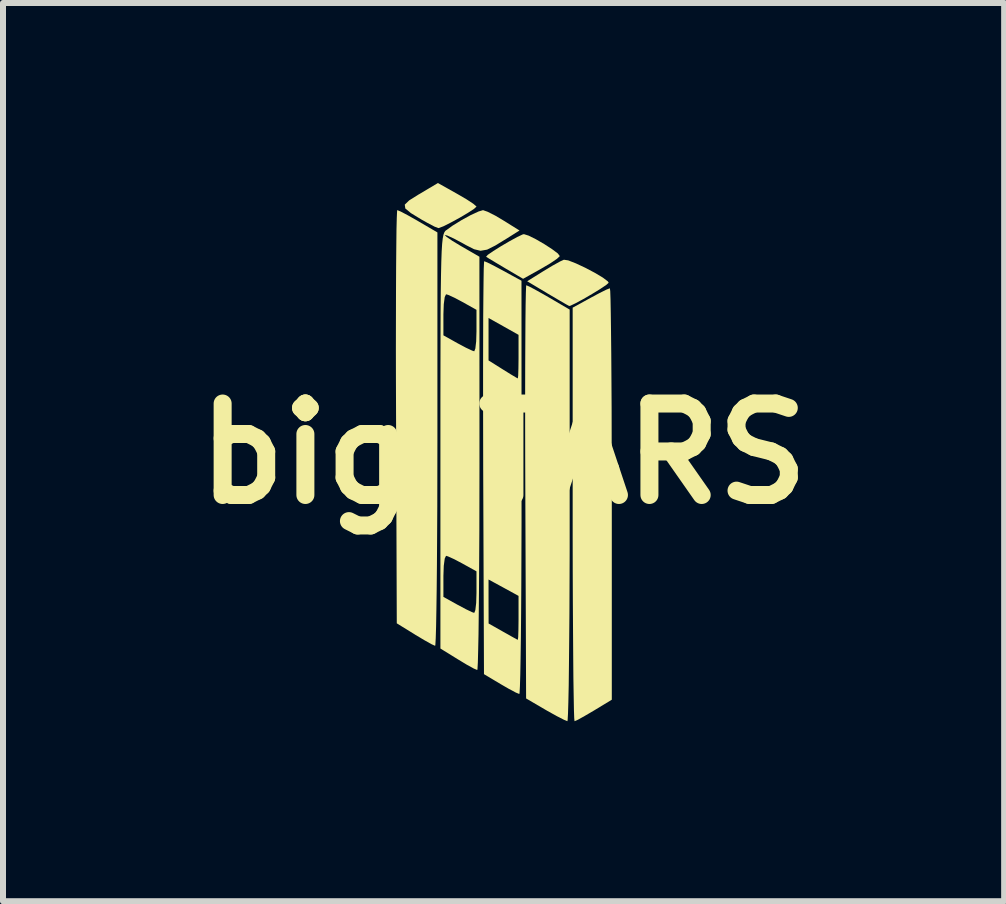
<source format=kicad_pcb>
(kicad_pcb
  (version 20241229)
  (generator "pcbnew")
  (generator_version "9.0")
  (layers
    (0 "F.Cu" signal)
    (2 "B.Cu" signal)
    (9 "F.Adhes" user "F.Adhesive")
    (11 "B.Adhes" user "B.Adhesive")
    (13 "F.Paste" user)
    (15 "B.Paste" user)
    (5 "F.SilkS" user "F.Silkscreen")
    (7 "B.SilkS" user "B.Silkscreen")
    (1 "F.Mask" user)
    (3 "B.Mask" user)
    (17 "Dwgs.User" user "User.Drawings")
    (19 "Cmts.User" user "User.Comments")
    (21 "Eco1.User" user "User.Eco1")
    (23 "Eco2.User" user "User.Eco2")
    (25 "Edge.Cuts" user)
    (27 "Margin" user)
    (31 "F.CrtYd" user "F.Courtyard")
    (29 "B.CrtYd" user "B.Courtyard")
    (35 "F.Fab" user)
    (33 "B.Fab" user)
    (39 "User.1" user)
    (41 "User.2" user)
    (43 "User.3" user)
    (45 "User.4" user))
  (footprint "big TARS"
    (layer "F.Cu")
    (at 5.341 4.509)
    (property "Reference" "big TARS" (at 0 0 0) (layer "F.SilkS") (effects (font (size 1.524 1.524) (thickness 0.3))))
    (attr board_only exclude_from_pos_files exclude_from_bom)
    (fp_poly (pts (xy -0.773 -4.329) (xy -0.617 -4.238) (xy -0.503 -4.163) (xy -0.452 -4.119) (xy -0.451 -4.116) (xy -0.492 -4.078) (xy -0.595 -4.011) (xy -0.732 -3.93) (xy -0.877 -3.851) (xy -1.002 -3.788) (xy -1.08 -3.759) (xy -1.086 -3.758) (xy -1.149 -3.782) (xy -1.267 -3.844) (xy -1.367 -3.9) (xy -1.544 -4.008) (xy -1.637 -4.085) (xy -1.646 -4.149) (xy -1.572 -4.22) (xy -1.419 -4.316) (xy -1.401 -4.326) (xy -1.094 -4.509)) (stroke (width 0) (type solid)) (fill yes) (layer "F.SilkS"))
    (fp_poly (pts (xy 1.078 -3.22) (xy 1.206 -3.17) (xy 1.362 -3.097) (xy 1.521 -3.013) (xy 1.655 -2.933) (xy 1.738 -2.87) (xy 1.752 -2.847) (xy 1.713 -2.812) (xy 1.612 -2.744) (xy 1.475 -2.66) (xy 1.329 -2.575) (xy 1.199 -2.505) (xy 1.113 -2.464) (xy 1.094 -2.46) (xy 1.046 -2.486) (xy 0.934 -2.551) (xy 0.779 -2.642) (xy 0.735 -2.668) (xy 0.394 -2.872) (xy 0.66 -3.038) (xy 0.814 -3.131) (xy 0.942 -3.202) (xy 1.006 -3.231)) (stroke (width 0) (type solid)) (fill yes) (layer "F.SilkS"))
    (fp_poly (pts (xy 0.417 -3.633) (xy 0.538 -3.573) (xy 0.678 -3.492) (xy 0.809 -3.407) (xy 0.905 -3.335) (xy 0.938 -3.291) (xy 0.938 -3.291) (xy 0.89 -3.246) (xy 0.778 -3.17) (xy 0.625 -3.08) (xy 0.625 -3.08) (xy 0.326 -2.913) (xy 0.025 -3.09) (xy -0.126 -3.18) (xy -0.239 -3.248) (xy -0.291 -3.281) (xy -0.291 -3.281) (xy -0.262 -3.313) (xy -0.17 -3.376) (xy -0.041 -3.457) (xy 0.101 -3.54) (xy 0.229 -3.61) (xy 0.318 -3.652) (xy 0.34 -3.657)) (stroke (width 0) (type solid)) (fill yes) (layer "F.SilkS"))
    (fp_poly (pts (xy 1.778 -2.707) (xy 1.783 -2.566) (xy 1.787 -2.341) (xy 1.791 -2.04) (xy 1.795 -1.672) (xy 1.798 -1.244) (xy 1.801 -0.764) (xy 1.802 -0.241) (xy 1.803 0.317) (xy 1.804 0.673) (xy 1.804 4.101) (xy 1.509 4.28) (xy 1.357 4.369) (xy 1.241 4.434) (xy 1.184 4.459) (xy 1.183 4.459) (xy 1.178 4.41) (xy 1.173 4.269) (xy 1.169 4.044) (xy 1.164 3.743) (xy 1.161 3.375) (xy 1.158 2.946) (xy 1.155 2.466) (xy 1.153 1.943) (xy 1.152 1.384) (xy 1.152 1.014) (xy 1.152 -2.432) (xy 1.447 -2.594) (xy 1.6 -2.676) (xy 1.717 -2.734) (xy 1.772 -2.755)) (stroke (width 0) (type solid)) (fill yes) (layer "F.SilkS"))
    (fp_poly (pts (xy -1.714 -4.034) (xy -1.596 -3.972) (xy -1.44 -3.884) (xy -1.42 -3.872) (xy -1.102 -3.686) (xy -1.102 -0.24) (xy -1.103 0.337) (xy -1.104 0.884) (xy -1.107 1.393) (xy -1.11 1.855) (xy -1.114 2.262) (xy -1.119 2.607) (xy -1.124 2.881) (xy -1.13 3.076) (xy -1.136 3.184) (xy -1.14 3.203) (xy -1.198 3.177) (xy -1.316 3.111) (xy -1.469 3.02) (xy -1.478 3.014) (xy -1.779 2.828) (xy -1.791 -0.615) (xy -1.793 -1.192) (xy -1.794 -1.739) (xy -1.793 -2.248) (xy -1.792 -2.71) (xy -1.79 -3.117) (xy -1.787 -3.462) (xy -1.784 -3.735) (xy -1.779 -3.93) (xy -1.774 -4.038) (xy -1.771 -4.058)) (stroke (width 0) (type solid)) (fill yes) (layer "F.SilkS"))
    (fp_poly (pts (xy 0.433 -2.782) (xy 0.551 -2.719) (xy 0.709 -2.63) (xy 0.755 -2.603) (xy 1.102 -2.4) (xy 1.102 1.029) (xy 1.102 1.605) (xy 1.1 2.151) (xy 1.098 2.658) (xy 1.094 3.119) (xy 1.09 3.525) (xy 1.086 3.868) (xy 1.08 4.141) (xy 1.074 4.334) (xy 1.068 4.44) (xy 1.064 4.459) (xy 1.006 4.435) (xy 0.885 4.373) (xy 0.727 4.285) (xy 0.701 4.27) (xy 0.376 4.08) (xy 0.363 0.637) (xy 0.361 0.06) (xy 0.36 -0.487) (xy 0.36 -0.995) (xy 0.361 -1.457) (xy 0.363 -1.865) (xy 0.365 -2.209) (xy 0.368 -2.483) (xy 0.372 -2.678) (xy 0.376 -2.786) (xy 0.379 -2.806)) (stroke (width 0) (type solid)) (fill yes) (layer "F.SilkS"))
    (fp_poly (pts (xy -0.267 -3.184) (xy -0.15 -3.125) (xy 0.003 -3.043) (xy 0.299 -2.881) (xy 0.3 0.564) (xy 0.3 1.141) (xy 0.298 1.688) (xy 0.296 2.196) (xy 0.293 2.658) (xy 0.289 3.066) (xy 0.284 3.41) (xy 0.279 3.684) (xy 0.273 3.879) (xy 0.267 3.986) (xy 0.263 4.006) (xy 0.203 3.981) (xy 0.085 3.918) (xy -0.05 3.84) (xy -0.326 3.675) (xy -0.332 2.098) (xy -0.25 2.098) (xy -0.25 2.464) (xy -0.249 2.831) (xy -0.012 2.965) (xy 0.121 3.04) (xy 0.213 3.091) (xy 0.238 3.103) (xy 0.244 3.059) (xy 0.248 2.939) (xy 0.25 2.767) (xy 0.25 2.738) (xy 0.25 2.371) (xy 0 2.234) (xy -0.25 2.098) (xy -0.332 2.098) (xy -0.339 0.234) (xy -0.34 -0.343) (xy -0.341 -0.889) (xy -0.341 -1.398) (xy -0.34 -1.859) (xy -0.339 -2.26) (xy -0.25 -2.26) (xy -0.25 -1.553) (xy -0.013 -1.404) (xy 0.119 -1.322) (xy 0.211 -1.267) (xy 0.238 -1.253) (xy 0.244 -1.299) (xy 0.248 -1.42) (xy 0.25 -1.591) (xy 0.25 -1.616) (xy 0.25 -1.979) (xy -0.000051 -2.12) (xy -0.25 -2.26) (xy -0.339 -2.26) (xy -0.339 -2.267) (xy -0.336 -2.611) (xy -0.333 -2.885) (xy -0.33 -3.079) (xy -0.325 -3.187) (xy -0.322 -3.206)) (stroke (width 0) (type solid)) (fill yes) (layer "F.SilkS"))
    (fp_poly (pts (xy -0.267 -4.031) (xy -0.138 -3.966) (xy -0.005 -3.887) (xy 0.266 -3.718) (xy 0.055 -3.585) (xy -0.138 -3.467) (xy -0.274 -3.399) (xy -0.383 -3.38) (xy -0.491 -3.406) (xy -0.627 -3.475) (xy -0.678 -3.504) (xy -0.826 -3.583) (xy -0.935 -3.633) (xy -0.981 -3.645) (xy -0.951 -3.613) (xy -0.854 -3.546) (xy -0.71 -3.459) (xy -0.701 -3.454) (xy -0.402 -3.281) (xy -0.401 0.163) (xy -0.402 0.74) (xy -0.403 1.287) (xy -0.406 1.796) (xy -0.409 2.258) (xy -0.413 2.665) (xy -0.417 3.01) (xy -0.423 3.283) (xy -0.428 3.478) (xy -0.434 3.586) (xy -0.438 3.606) (xy -0.497 3.581) (xy -0.615 3.516) (xy -0.764 3.426) (xy -1.052 3.248) (xy -1.052 2.388) (xy -1.002 2.388) (xy -0.764 2.52) (xy -0.625 2.594) (xy -0.522 2.643) (xy -0.488 2.654) (xy -0.47 2.609) (xy -0.456 2.489) (xy -0.451 2.319) (xy -0.451 2.309) (xy -0.451 1.962) (xy -0.683 1.833) (xy -0.821 1.76) (xy -0.925 1.713) (xy -0.958 1.703) (xy -0.98 1.749) (xy -0.996 1.869) (xy -1.002 2.039) (xy -1.002 2.046) (xy -1.002 2.388) (xy -1.052 2.388) (xy -1.052 -0.197) (xy -1.052 -0.87) (xy -1.051 -1.45) (xy -1.05 -1.943) (xy -1.05 -1.971) (xy -1.002 -1.971) (xy -0.764 -1.838) (xy -0.625 -1.764) (xy -0.522 -1.716) (xy -0.488 -1.705) (xy -0.47 -1.75) (xy -0.456 -1.87) (xy -0.451 -2.039) (xy -0.451 -2.05) (xy -0.451 -2.396) (xy -0.683 -2.526) (xy -0.821 -2.599) (xy -0.925 -2.646) (xy -0.958 -2.655) (xy -0.98 -2.609) (xy -0.996 -2.489) (xy -1.002 -2.32) (xy -1.002 -2.313) (xy -1.002 -1.971) (xy -1.05 -1.971) (xy -1.049 -2.358) (xy -1.046 -2.701) (xy -1.042 -2.98) (xy -1.037 -3.2) (xy -1.031 -3.37) (xy -1.023 -3.497) (xy -1.013 -3.587) (xy -1.001 -3.648) (xy -0.987 -3.686) (xy -0.971 -3.71) (xy -0.964 -3.716) (xy -0.852 -3.797) (xy -0.703 -3.889) (xy -0.548 -3.974) (xy -0.416 -4.035) (xy -0.342 -4.057)) (stroke (width 0) (type solid)) (fill yes) (layer "F.SilkS")))
  (gr_rect
    (start -3 -3)
    (end 13.683 11.968)
    (stroke (width 0.1) (type default))
    (fill no)
    (layer "Edge.Cuts")))
</source>
